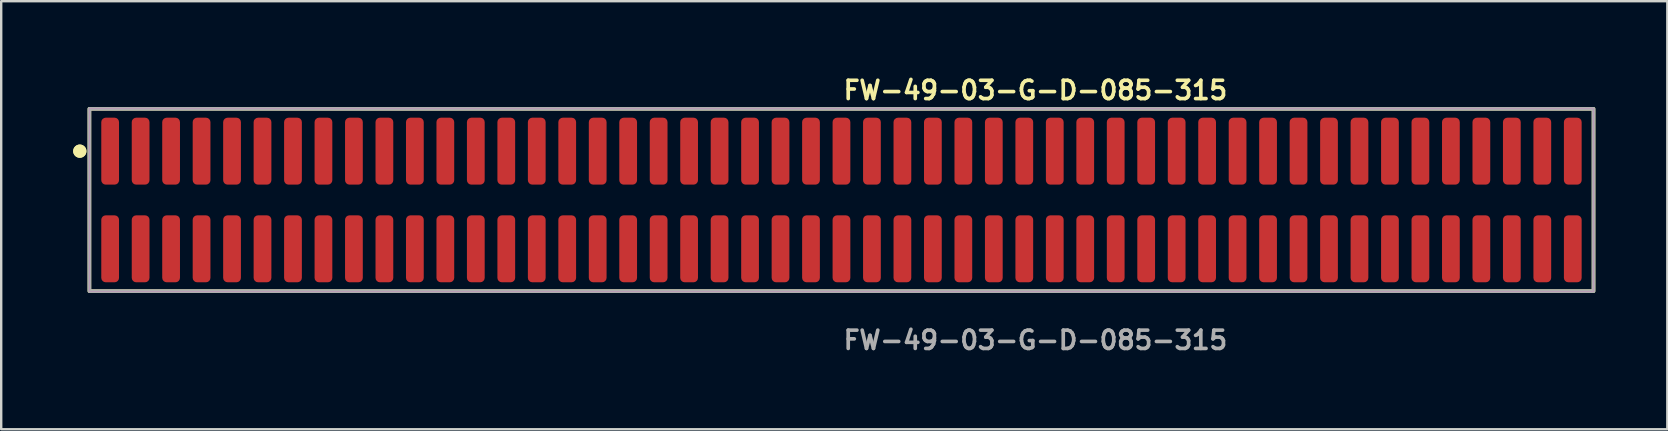
<source format=kicad_pcb>
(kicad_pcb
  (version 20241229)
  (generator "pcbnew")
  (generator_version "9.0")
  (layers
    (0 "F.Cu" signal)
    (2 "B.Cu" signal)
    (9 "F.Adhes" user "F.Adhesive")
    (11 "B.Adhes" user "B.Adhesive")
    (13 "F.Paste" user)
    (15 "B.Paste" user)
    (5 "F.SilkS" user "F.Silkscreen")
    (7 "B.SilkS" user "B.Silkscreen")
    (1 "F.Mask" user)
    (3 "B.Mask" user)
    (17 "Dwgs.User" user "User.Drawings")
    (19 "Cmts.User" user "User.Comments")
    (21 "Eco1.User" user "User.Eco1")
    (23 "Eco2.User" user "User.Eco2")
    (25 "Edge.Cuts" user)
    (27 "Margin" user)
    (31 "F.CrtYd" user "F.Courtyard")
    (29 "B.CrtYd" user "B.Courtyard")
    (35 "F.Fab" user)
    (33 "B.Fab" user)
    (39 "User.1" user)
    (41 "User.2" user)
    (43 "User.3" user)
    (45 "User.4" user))
  (footprint "FW-49-03-G-D-085-315"
    (layer "F.Cu")
    (at 32.021 5.285)
    (property "Reference" "FW-49-03-G-D-085-315" (at 0 -4.572 0) (unlocked yes) (layer "F.SilkS") (effects (font (size 0.762 0.762) (thickness 0.152)) (justify left)))
    (fp_rect (start -31.345 3.8) (end 31.345 -3.8) (stroke (width 0.152) (type solid)) (fill no) (layer "F.SilkS"))
    (fp_circle (center -31.745 -2.035) (end -31.945 -2.035) (stroke (width 0.152) (type solid)) (fill yes) (layer "F.SilkS"))
    (fp_circle (center -31.745 -2.035) (end -31.945 -2.035) (stroke (width 0.152) (type solid)) (fill yes) (layer "F.SilkS"))
    (fp_rect (start -31.345 3.8) (end 31.345 -3.8) (stroke (width 0.006) (type solid)) (fill no) (layer "F.CrtYd"))
    (fp_rect (start -31.345 3.8) (end 31.345 -3.8) (stroke (width 0.152) (type solid)) (fill no) (layer "F.Fab"))
    (fp_text user "${REFERENCE}" (at 0 5.842 0) (unlocked yes) (layer "F.Fab") (effects (font (size 0.762 0.762) (thickness 0.152)) (justify left)))
    (pad "1" smd roundrect (at -30.48 -2.035) (size 0.74 2.79) (layers "F.Cu" "F.Paste") (roundrect_rratio 0.25))
    (pad "2" smd roundrect (at -30.48 2.035) (size 0.74 2.79) (layers "F.Cu" "F.Paste") (roundrect_rratio 0.25))
    (pad "3" smd roundrect (at -29.21 -2.035) (size 0.74 2.79) (layers "F.Cu" "F.Paste") (roundrect_rratio 0.25))
    (pad "4" smd roundrect (at -29.21 2.035) (size 0.74 2.79) (layers "F.Cu" "F.Paste") (roundrect_rratio 0.25))
    (pad "5" smd roundrect (at -27.94 -2.035) (size 0.74 2.79) (layers "F.Cu" "F.Paste") (roundrect_rratio 0.25))
    (pad "6" smd roundrect (at -27.94 2.035) (size 0.74 2.79) (layers "F.Cu" "F.Paste") (roundrect_rratio 0.25))
    (pad "7" smd roundrect (at -26.67 -2.035) (size 0.74 2.79) (layers "F.Cu" "F.Paste") (roundrect_rratio 0.25))
    (pad "8" smd roundrect (at -26.67 2.035) (size 0.74 2.79) (layers "F.Cu" "F.Paste") (roundrect_rratio 0.25))
    (pad "9" smd roundrect (at -25.4 -2.035) (size 0.74 2.79) (layers "F.Cu" "F.Paste") (roundrect_rratio 0.25))
    (pad "10" smd roundrect (at -25.4 2.035) (size 0.74 2.79) (layers "F.Cu" "F.Paste") (roundrect_rratio 0.25))
    (pad "11" smd roundrect (at -24.13 -2.035) (size 0.74 2.79) (layers "F.Cu" "F.Paste") (roundrect_rratio 0.25))
    (pad "12" smd roundrect (at -24.13 2.035) (size 0.74 2.79) (layers "F.Cu" "F.Paste") (roundrect_rratio 0.25))
    (pad "13" smd roundrect (at -22.86 -2.035) (size 0.74 2.79) (layers "F.Cu" "F.Paste") (roundrect_rratio 0.25))
    (pad "14" smd roundrect (at -22.86 2.035) (size 0.74 2.79) (layers "F.Cu" "F.Paste") (roundrect_rratio 0.25))
    (pad "15" smd roundrect (at -21.59 -2.035) (size 0.74 2.79) (layers "F.Cu" "F.Paste") (roundrect_rratio 0.25))
    (pad "16" smd roundrect (at -21.59 2.035) (size 0.74 2.79) (layers "F.Cu" "F.Paste") (roundrect_rratio 0.25))
    (pad "17" smd roundrect (at -20.32 -2.035) (size 0.74 2.79) (layers "F.Cu" "F.Paste") (roundrect_rratio 0.25))
    (pad "18" smd roundrect (at -20.32 2.035) (size 0.74 2.79) (layers "F.Cu" "F.Paste") (roundrect_rratio 0.25))
    (pad "19" smd roundrect (at -19.05 -2.035) (size 0.74 2.79) (layers "F.Cu" "F.Paste") (roundrect_rratio 0.25))
    (pad "20" smd roundrect (at -19.05 2.035) (size 0.74 2.79) (layers "F.Cu" "F.Paste") (roundrect_rratio 0.25))
    (pad "21" smd roundrect (at -17.78 -2.035) (size 0.74 2.79) (layers "F.Cu" "F.Paste") (roundrect_rratio 0.25))
    (pad "22" smd roundrect (at -17.78 2.035) (size 0.74 2.79) (layers "F.Cu" "F.Paste") (roundrect_rratio 0.25))
    (pad "23" smd roundrect (at -16.51 -2.035) (size 0.74 2.79) (layers "F.Cu" "F.Paste") (roundrect_rratio 0.25))
    (pad "24" smd roundrect (at -16.51 2.035) (size 0.74 2.79) (layers "F.Cu" "F.Paste") (roundrect_rratio 0.25))
    (pad "25" smd roundrect (at -15.24 -2.035) (size 0.74 2.79) (layers "F.Cu" "F.Paste") (roundrect_rratio 0.25))
    (pad "26" smd roundrect (at -15.24 2.035) (size 0.74 2.79) (layers "F.Cu" "F.Paste") (roundrect_rratio 0.25))
    (pad "27" smd roundrect (at -13.97 -2.035) (size 0.74 2.79) (layers "F.Cu" "F.Paste") (roundrect_rratio 0.25))
    (pad "28" smd roundrect (at -13.97 2.035) (size 0.74 2.79) (layers "F.Cu" "F.Paste") (roundrect_rratio 0.25))
    (pad "29" smd roundrect (at -12.7 -2.035) (size 0.74 2.79) (layers "F.Cu" "F.Paste") (roundrect_rratio 0.25))
    (pad "30" smd roundrect (at -12.7 2.035) (size 0.74 2.79) (layers "F.Cu" "F.Paste") (roundrect_rratio 0.25))
    (pad "31" smd roundrect (at -11.43 -2.035) (size 0.74 2.79) (layers "F.Cu" "F.Paste") (roundrect_rratio 0.25))
    (pad "32" smd roundrect (at -11.43 2.035) (size 0.74 2.79) (layers "F.Cu" "F.Paste") (roundrect_rratio 0.25))
    (pad "33" smd roundrect (at -10.16 -2.035) (size 0.74 2.79) (layers "F.Cu" "F.Paste") (roundrect_rratio 0.25))
    (pad "34" smd roundrect (at -10.16 2.035) (size 0.74 2.79) (layers "F.Cu" "F.Paste") (roundrect_rratio 0.25))
    (pad "35" smd roundrect (at -8.89 -2.035) (size 0.74 2.79) (layers "F.Cu" "F.Paste") (roundrect_rratio 0.25))
    (pad "36" smd roundrect (at -8.89 2.035) (size 0.74 2.79) (layers "F.Cu" "F.Paste") (roundrect_rratio 0.25))
    (pad "37" smd roundrect (at -7.62 -2.035) (size 0.74 2.79) (layers "F.Cu" "F.Paste") (roundrect_rratio 0.25))
    (pad "38" smd roundrect (at -7.62 2.035) (size 0.74 2.79) (layers "F.Cu" "F.Paste") (roundrect_rratio 0.25))
    (pad "39" smd roundrect (at -6.35 -2.035) (size 0.74 2.79) (layers "F.Cu" "F.Paste") (roundrect_rratio 0.25))
    (pad "40" smd roundrect (at -6.35 2.035) (size 0.74 2.79) (layers "F.Cu" "F.Paste") (roundrect_rratio 0.25))
    (pad "41" smd roundrect (at -5.08 -2.035) (size 0.74 2.79) (layers "F.Cu" "F.Paste") (roundrect_rratio 0.25))
    (pad "42" smd roundrect (at -5.08 2.035) (size 0.74 2.79) (layers "F.Cu" "F.Paste") (roundrect_rratio 0.25))
    (pad "43" smd roundrect (at -3.81 -2.035) (size 0.74 2.79) (layers "F.Cu" "F.Paste") (roundrect_rratio 0.25))
    (pad "44" smd roundrect (at -3.81 2.035) (size 0.74 2.79) (layers "F.Cu" "F.Paste") (roundrect_rratio 0.25))
    (pad "45" smd roundrect (at -2.54 -2.035) (size 0.74 2.79) (layers "F.Cu" "F.Paste") (roundrect_rratio 0.25))
    (pad "46" smd roundrect (at -2.54 2.035) (size 0.74 2.79) (layers "F.Cu" "F.Paste") (roundrect_rratio 0.25))
    (pad "47" smd roundrect (at -1.27 -2.035) (size 0.74 2.79) (layers "F.Cu" "F.Paste") (roundrect_rratio 0.25))
    (pad "48" smd roundrect (at -1.27 2.035) (size 0.74 2.79) (layers "F.Cu" "F.Paste") (roundrect_rratio 0.25))
    (pad "49" smd roundrect (at 0 -2.035) (size 0.74 2.79) (layers "F.Cu" "F.Paste") (roundrect_rratio 0.25))
    (pad "50" smd roundrect (at 0 2.035) (size 0.74 2.79) (layers "F.Cu" "F.Paste") (roundrect_rratio 0.25))
    (pad "51" smd roundrect (at 1.27 -2.035) (size 0.74 2.79) (layers "F.Cu" "F.Paste") (roundrect_rratio 0.25))
    (pad "52" smd roundrect (at 1.27 2.035) (size 0.74 2.79) (layers "F.Cu" "F.Paste") (roundrect_rratio 0.25))
    (pad "53" smd roundrect (at 2.54 -2.035) (size 0.74 2.79) (layers "F.Cu" "F.Paste") (roundrect_rratio 0.25))
    (pad "54" smd roundrect (at 2.54 2.035) (size 0.74 2.79) (layers "F.Cu" "F.Paste") (roundrect_rratio 0.25))
    (pad "55" smd roundrect (at 3.81 -2.035) (size 0.74 2.79) (layers "F.Cu" "F.Paste") (roundrect_rratio 0.25))
    (pad "56" smd roundrect (at 3.81 2.035) (size 0.74 2.79) (layers "F.Cu" "F.Paste") (roundrect_rratio 0.25))
    (pad "57" smd roundrect (at 5.08 -2.035) (size 0.74 2.79) (layers "F.Cu" "F.Paste") (roundrect_rratio 0.25))
    (pad "58" smd roundrect (at 5.08 2.035) (size 0.74 2.79) (layers "F.Cu" "F.Paste") (roundrect_rratio 0.25))
    (pad "59" smd roundrect (at 6.35 -2.035) (size 0.74 2.79) (layers "F.Cu" "F.Paste") (roundrect_rratio 0.25))
    (pad "60" smd roundrect (at 6.35 2.035) (size 0.74 2.79) (layers "F.Cu" "F.Paste") (roundrect_rratio 0.25))
    (pad "61" smd roundrect (at 7.62 -2.035) (size 0.74 2.79) (layers "F.Cu" "F.Paste") (roundrect_rratio 0.25))
    (pad "62" smd roundrect (at 7.62 2.035) (size 0.74 2.79) (layers "F.Cu" "F.Paste") (roundrect_rratio 0.25))
    (pad "63" smd roundrect (at 8.89 -2.035) (size 0.74 2.79) (layers "F.Cu" "F.Paste") (roundrect_rratio 0.25))
    (pad "64" smd roundrect (at 8.89 2.035) (size 0.74 2.79) (layers "F.Cu" "F.Paste") (roundrect_rratio 0.25))
    (pad "65" smd roundrect (at 10.16 -2.035) (size 0.74 2.79) (layers "F.Cu" "F.Paste") (roundrect_rratio 0.25))
    (pad "66" smd roundrect (at 10.16 2.035) (size 0.74 2.79) (layers "F.Cu" "F.Paste") (roundrect_rratio 0.25))
    (pad "67" smd roundrect (at 11.43 -2.035) (size 0.74 2.79) (layers "F.Cu" "F.Paste") (roundrect_rratio 0.25))
    (pad "68" smd roundrect (at 11.43 2.035) (size 0.74 2.79) (layers "F.Cu" "F.Paste") (roundrect_rratio 0.25))
    (pad "69" smd roundrect (at 12.7 -2.035) (size 0.74 2.79) (layers "F.Cu" "F.Paste") (roundrect_rratio 0.25))
    (pad "70" smd roundrect (at 12.7 2.035) (size 0.74 2.79) (layers "F.Cu" "F.Paste") (roundrect_rratio 0.25))
    (pad "71" smd roundrect (at 13.97 -2.035) (size 0.74 2.79) (layers "F.Cu" "F.Paste") (roundrect_rratio 0.25))
    (pad "72" smd roundrect (at 13.97 2.035) (size 0.74 2.79) (layers "F.Cu" "F.Paste") (roundrect_rratio 0.25))
    (pad "73" smd roundrect (at 15.24 -2.035) (size 0.74 2.79) (layers "F.Cu" "F.Paste") (roundrect_rratio 0.25))
    (pad "74" smd roundrect (at 15.24 2.035) (size 0.74 2.79) (layers "F.Cu" "F.Paste") (roundrect_rratio 0.25))
    (pad "75" smd roundrect (at 16.51 -2.035) (size 0.74 2.79) (layers "F.Cu" "F.Paste") (roundrect_rratio 0.25))
    (pad "76" smd roundrect (at 16.51 2.035) (size 0.74 2.79) (layers "F.Cu" "F.Paste") (roundrect_rratio 0.25))
    (pad "77" smd roundrect (at 17.78 -2.035) (size 0.74 2.79) (layers "F.Cu" "F.Paste") (roundrect_rratio 0.25))
    (pad "78" smd roundrect (at 17.78 2.035) (size 0.74 2.79) (layers "F.Cu" "F.Paste") (roundrect_rratio 0.25))
    (pad "79" smd roundrect (at 19.05 -2.035) (size 0.74 2.79) (layers "F.Cu" "F.Paste") (roundrect_rratio 0.25))
    (pad "80" smd roundrect (at 19.05 2.035) (size 0.74 2.79) (layers "F.Cu" "F.Paste") (roundrect_rratio 0.25))
    (pad "81" smd roundrect (at 20.32 -2.035) (size 0.74 2.79) (layers "F.Cu" "F.Paste") (roundrect_rratio 0.25))
    (pad "82" smd roundrect (at 20.32 2.035) (size 0.74 2.79) (layers "F.Cu" "F.Paste") (roundrect_rratio 0.25))
    (pad "83" smd roundrect (at 21.59 -2.035) (size 0.74 2.79) (layers "F.Cu" "F.Paste") (roundrect_rratio 0.25))
    (pad "84" smd roundrect (at 21.59 2.035) (size 0.74 2.79) (layers "F.Cu" "F.Paste") (roundrect_rratio 0.25))
    (pad "85" smd roundrect (at 22.86 -2.035) (size 0.74 2.79) (layers "F.Cu" "F.Paste") (roundrect_rratio 0.25))
    (pad "86" smd roundrect (at 22.86 2.035) (size 0.74 2.79) (layers "F.Cu" "F.Paste") (roundrect_rratio 0.25))
    (pad "87" smd roundrect (at 24.13 -2.035) (size 0.74 2.79) (layers "F.Cu" "F.Paste") (roundrect_rratio 0.25))
    (pad "88" smd roundrect (at 24.13 2.035) (size 0.74 2.79) (layers "F.Cu" "F.Paste") (roundrect_rratio 0.25))
    (pad "89" smd roundrect (at 25.4 -2.035) (size 0.74 2.79) (layers "F.Cu" "F.Paste") (roundrect_rratio 0.25))
    (pad "90" smd roundrect (at 25.4 2.035) (size 0.74 2.79) (layers "F.Cu" "F.Paste") (roundrect_rratio 0.25))
    (pad "91" smd roundrect (at 26.67 -2.035) (size 0.74 2.79) (layers "F.Cu" "F.Paste") (roundrect_rratio 0.25))
    (pad "92" smd roundrect (at 26.67 2.035) (size 0.74 2.79) (layers "F.Cu" "F.Paste") (roundrect_rratio 0.25))
    (pad "93" smd roundrect (at 27.94 -2.035) (size 0.74 2.79) (layers "F.Cu" "F.Paste") (roundrect_rratio 0.25))
    (pad "94" smd roundrect (at 27.94 2.035) (size 0.74 2.79) (layers "F.Cu" "F.Paste") (roundrect_rratio 0.25))
    (pad "95" smd roundrect (at 29.21 -2.035) (size 0.74 2.79) (layers "F.Cu" "F.Paste") (roundrect_rratio 0.25))
    (pad "96" smd roundrect (at 29.21 2.035) (size 0.74 2.79) (layers "F.Cu" "F.Paste") (roundrect_rratio 0.25))
    (pad "97" smd roundrect (at 30.48 -2.035) (size 0.74 2.79) (layers "F.Cu" "F.Paste") (roundrect_rratio 0.25))
    (pad "98" smd roundrect (at 30.48 2.035) (size 0.74 2.79) (layers "F.Cu" "F.Paste") (roundrect_rratio 0.25)))
  (gr_rect
    (start -3 -3)
    (end 66.442 14.84)
    (stroke (width 0.1) (type default))
    (fill no)
    (layer "Edge.Cuts")))
</source>
